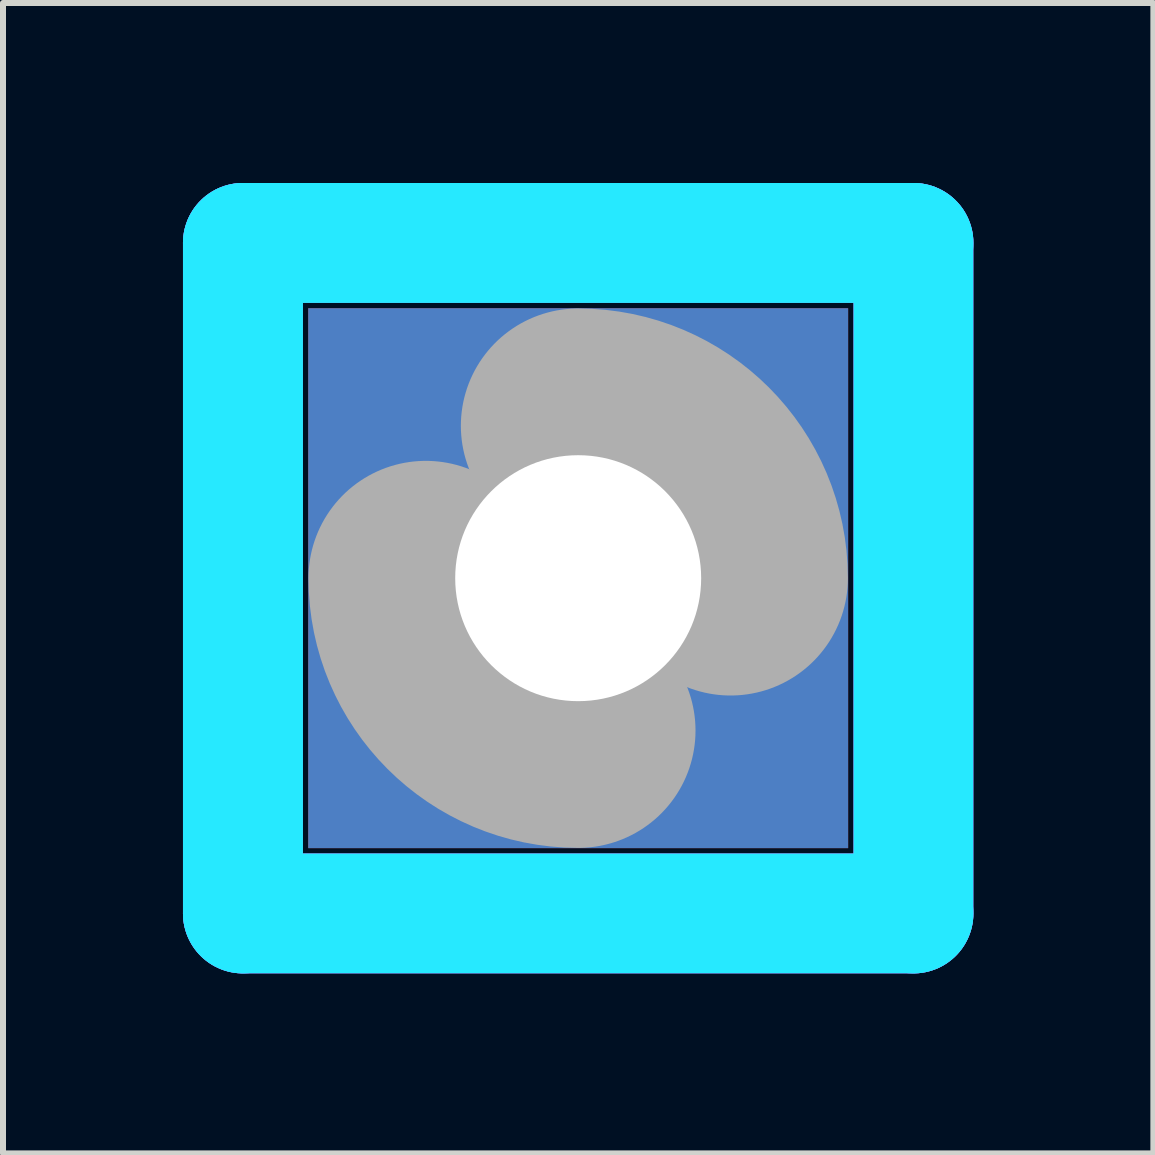
<source format=kicad_pcb>
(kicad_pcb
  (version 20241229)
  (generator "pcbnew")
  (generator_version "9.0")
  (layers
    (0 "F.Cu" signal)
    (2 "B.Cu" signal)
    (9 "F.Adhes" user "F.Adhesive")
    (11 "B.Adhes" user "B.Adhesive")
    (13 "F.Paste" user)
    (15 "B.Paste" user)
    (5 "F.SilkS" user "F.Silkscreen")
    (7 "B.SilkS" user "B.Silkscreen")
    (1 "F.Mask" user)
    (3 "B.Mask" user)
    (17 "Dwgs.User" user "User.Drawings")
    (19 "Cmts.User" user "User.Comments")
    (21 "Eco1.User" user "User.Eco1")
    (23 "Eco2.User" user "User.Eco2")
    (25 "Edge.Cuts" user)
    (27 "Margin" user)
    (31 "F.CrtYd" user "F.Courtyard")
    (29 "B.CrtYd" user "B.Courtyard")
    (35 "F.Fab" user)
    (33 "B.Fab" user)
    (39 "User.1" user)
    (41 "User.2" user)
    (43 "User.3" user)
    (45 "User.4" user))
  (footprint "footprint"
    (layer "F.Cu")
    (at 6.588 6.588)
    (property "Reference" "footprint" (at 0 0 0) (layer "F.SilkS") (effects (font (size 1.27 1.27) (thickness 0.15))))
    (fp_line (start -4.826 -4.826) (end 4.826 -4.826) (stroke (width 0.203) (type solid)) (layer "F.SilkS"))
    (fp_line (start -4.826 4.826) (end -4.826 -4.826) (stroke (width 0.203) (type solid)) (layer "F.SilkS"))
    (fp_line (start 4.826 -4.826) (end 4.826 4.826) (stroke (width 0.203) (type solid)) (layer "F.SilkS"))
    (fp_line (start 4.826 4.826) (end -4.826 4.826) (stroke (width 0.203) (type solid)) (layer "F.SilkS"))
    (fp_circle (center 0 0) (end 2.15 0) (stroke (width 0.203) (type solid)) (fill no) (layer "F.SilkS"))
    (fp_line (start -5.588 -5.588) (end 5.588 -5.588) (stroke (width 2) (type solid)) (layer "B.CrtYd"))
    (fp_line (start -5.588 5.588) (end -5.588 -5.588) (stroke (width 2) (type solid)) (layer "B.CrtYd"))
    (fp_line (start 5.588 -5.588) (end 5.588 5.588) (stroke (width 2) (type solid)) (layer "B.CrtYd"))
    (fp_line (start 5.588 5.588) (end -5.588 5.588) (stroke (width 2) (type solid)) (layer "B.CrtYd"))
    (fp_line (start -5.588 -5.588) (end 5.588 -5.588) (stroke (width 2) (type solid)) (layer "F.CrtYd"))
    (fp_line (start -5.588 5.588) (end -5.588 -5.588) (stroke (width 2) (type solid)) (layer "F.CrtYd"))
    (fp_line (start 5.588 -5.588) (end 5.588 5.588) (stroke (width 2) (type solid)) (layer "F.CrtYd"))
    (fp_line (start 5.588 5.588) (end -5.588 5.588) (stroke (width 2) (type solid)) (layer "F.CrtYd"))
    (fp_arc (start 0 -2.54) (mid 1.796051 -1.796051) (end 2.54 0) (stroke (width 3.9116) (type solid)) (layer "F.Fab"))
    (fp_arc (start 0 2.54) (mid -1.796051 1.796051) (end -2.54 0) (stroke (width 3.9116) (type solid)) (layer "F.Fab"))
    (fp_circle (center 0 0) (end 0.762 0) (stroke (width 0.457) (type solid)) (fill no) (layer "F.Fab"))
    (pad "B4,1" thru_hole rect (at 0 0) (size 9 9) (drill 4.1) (layers "*.Cu" "*.Mask")))
  (gr_rect
    (start -3 -3)
    (end 16.176 16.176)
    (stroke (width 0.1) (type default))
    (fill no)
    (layer "Edge.Cuts")))
</source>
